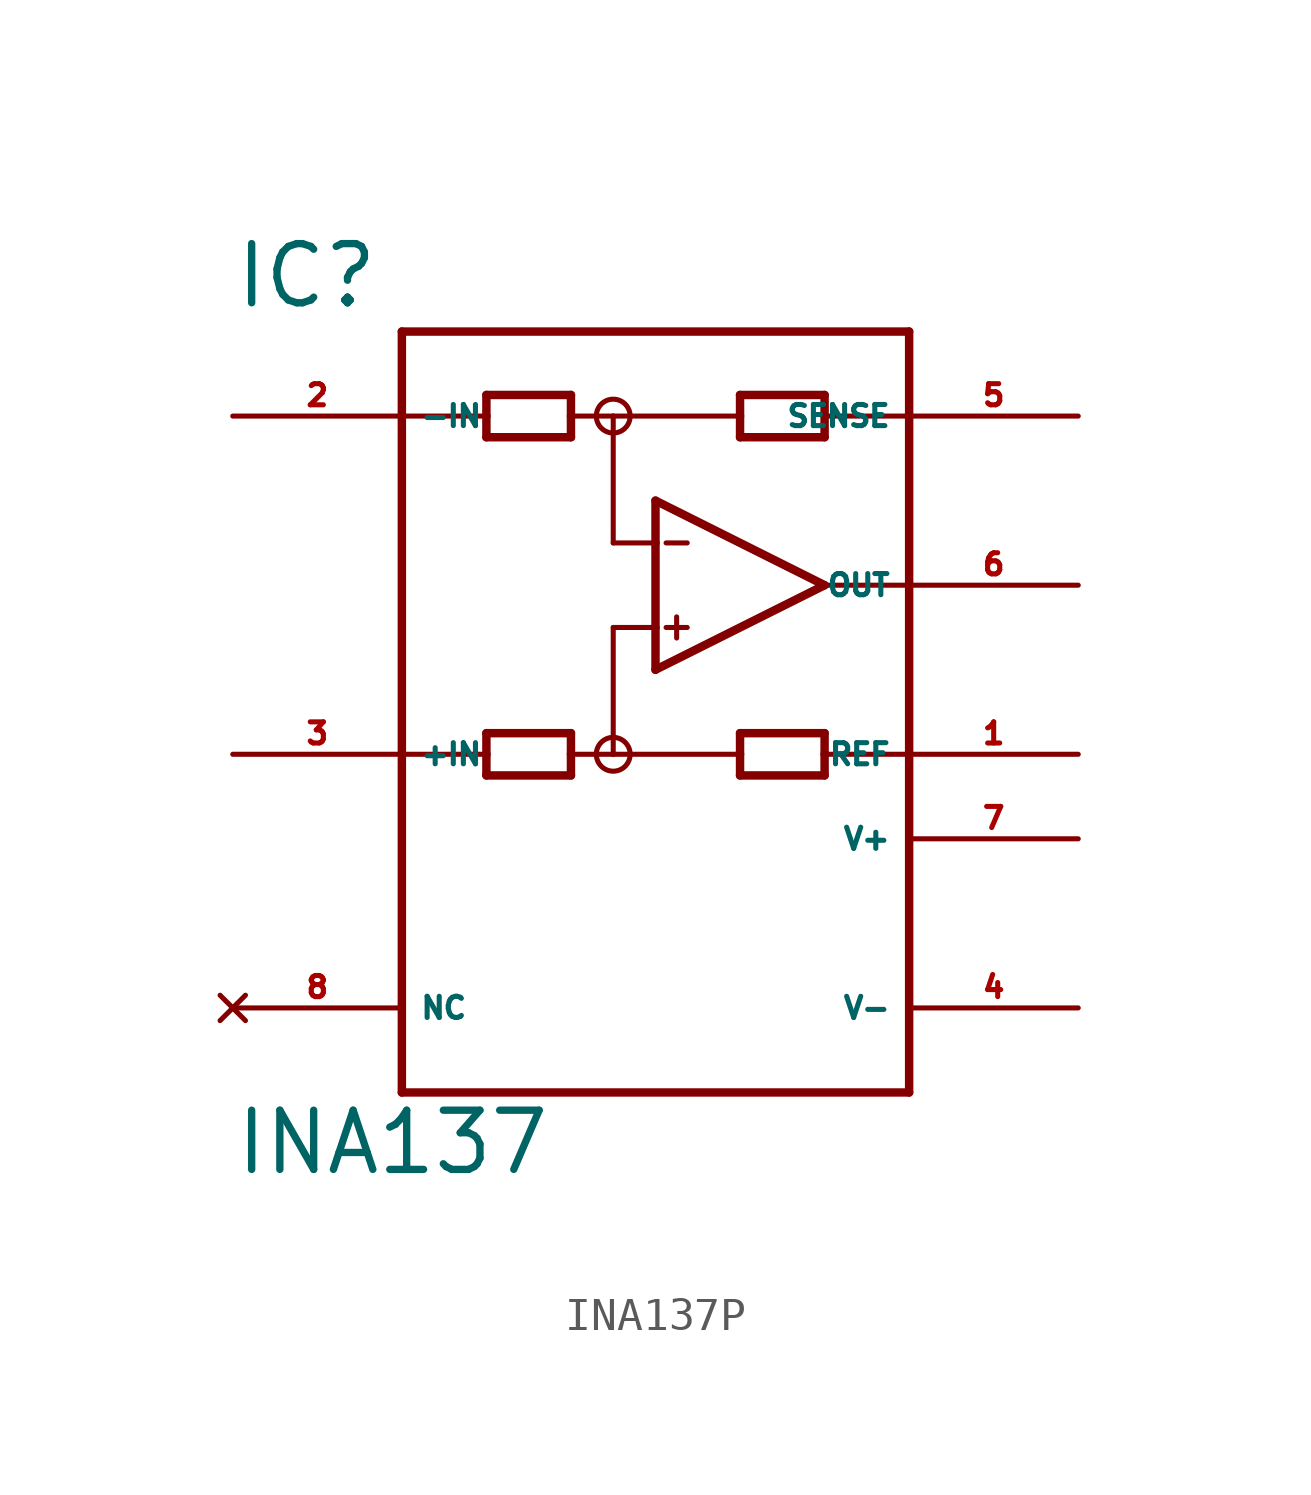
<source format=kicad_sym>
(kicad_symbol_lib
  (version 20220914)
  (generator Eagle2Kicad)
  (symbol "INA137P"
    (property "Reference" "IC"
      (at -12.7 13.335 0)
      (effects (font (size 1.778 1.778) (thickness 0.22)) (justify left bottom)))
    (property "Value" "INA137"
      (at -12.7 -12.7 0)
      (effects (font (size 1.778 1.778) (thickness 0.22)) (justify left bottom)))
    (polyline
      (pts (xy 0 2.54) (xy 0 3.81))
      (stroke (width 0.254) (type default))
      (fill (type none)))
    (polyline
      (pts (xy 0 3.81) (xy 0 6.35))
      (stroke (width 0.254) (type default))
      (fill (type none)))
    (polyline
      (pts (xy 0 6.35) (xy 0 7.62))
      (stroke (width 0.254) (type default))
      (fill (type none)))
    (polyline
      (pts (xy 0 7.62) (xy 5.08 5.08))
      (stroke (width 0.254) (type default))
      (fill (type none)))
    (polyline
      (pts (xy 5.08 5.08) (xy 0 2.54))
      (stroke (width 0.254) (type default))
      (fill (type none)))
    (polyline
      (pts (xy -2.54 9.525) (xy -2.54 10.16))
      (stroke (width 0.254) (type default))
      (fill (type none)))
    (polyline
      (pts (xy -2.54 10.16) (xy -2.54 10.795))
      (stroke (width 0.254) (type default))
      (fill (type none)))
    (polyline
      (pts (xy -2.54 10.795) (xy -5.08 10.795))
      (stroke (width 0.254) (type default))
      (fill (type none)))
    (polyline
      (pts (xy -5.08 10.795) (xy -5.08 10.16))
      (stroke (width 0.254) (type default))
      (fill (type none)))
    (polyline
      (pts (xy -5.08 10.16) (xy -5.08 9.525))
      (stroke (width 0.254) (type default))
      (fill (type none)))
    (polyline
      (pts (xy -5.08 9.525) (xy -2.54 9.525))
      (stroke (width 0.254) (type default))
      (fill (type none)))
    (polyline
      (pts (xy 2.54 9.525) (xy 2.54 10.16))
      (stroke (width 0.254) (type default))
      (fill (type none)))
    (polyline
      (pts (xy 2.54 10.16) (xy 2.54 10.795))
      (stroke (width 0.254) (type default))
      (fill (type none)))
    (polyline
      (pts (xy 2.54 10.795) (xy 5.08 10.795))
      (stroke (width 0.254) (type default))
      (fill (type none)))
    (polyline
      (pts (xy 5.08 10.795) (xy 5.08 10.16))
      (stroke (width 0.254) (type default))
      (fill (type none)))
    (polyline
      (pts (xy 5.08 10.16) (xy 5.08 9.525))
      (stroke (width 0.254) (type default))
      (fill (type none)))
    (polyline
      (pts (xy 5.08 9.525) (xy 2.54 9.525))
      (stroke (width 0.254) (type default))
      (fill (type none)))
    (polyline
      (pts (xy 0 6.35) (xy -1.27 6.35))
      (stroke (width 0.152) (type default))
      (fill (type none)))
    (polyline
      (pts (xy -2.54 0.635) (xy -2.54 0))
      (stroke (width 0.254) (type default))
      (fill (type none)))
    (polyline
      (pts (xy -2.54 0) (xy -2.54 -0.635))
      (stroke (width 0.254) (type default))
      (fill (type none)))
    (polyline
      (pts (xy -2.54 -0.635) (xy -5.08 -0.635))
      (stroke (width 0.254) (type default))
      (fill (type none)))
    (polyline
      (pts (xy -5.08 -0.635) (xy -5.08 0))
      (stroke (width 0.254) (type default))
      (fill (type none)))
    (polyline
      (pts (xy -5.08 0) (xy -5.08 0.635))
      (stroke (width 0.254) (type default))
      (fill (type none)))
    (polyline
      (pts (xy -5.08 0.635) (xy -2.54 0.635))
      (stroke (width 0.254) (type default))
      (fill (type none)))
    (polyline
      (pts (xy 2.54 0.635) (xy 2.54 0))
      (stroke (width 0.254) (type default))
      (fill (type none)))
    (polyline
      (pts (xy 2.54 0) (xy 2.54 -0.635))
      (stroke (width 0.254) (type default))
      (fill (type none)))
    (polyline
      (pts (xy 2.54 -0.635) (xy 5.08 -0.635))
      (stroke (width 0.254) (type default))
      (fill (type none)))
    (polyline
      (pts (xy 5.08 -0.635) (xy 5.08 0))
      (stroke (width 0.254) (type default))
      (fill (type none)))
    (polyline
      (pts (xy 5.08 0) (xy 5.08 0.635))
      (stroke (width 0.254) (type default))
      (fill (type none)))
    (polyline
      (pts (xy 5.08 0.635) (xy 2.54 0.635))
      (stroke (width 0.254) (type default))
      (fill (type none)))
    (polyline
      (pts (xy -1.27 6.35) (xy -1.27 10.16))
      (stroke (width 0.152) (type default))
      (fill (type none)))
    (polyline
      (pts (xy -1.27 10.16) (xy -2.54 10.16))
      (stroke (width 0.152) (type default))
      (fill (type none)))
    (polyline
      (pts (xy -1.27 10.16) (xy 2.54 10.16))
      (stroke (width 0.152) (type default))
      (fill (type none)))
    (polyline
      (pts (xy 0 3.81) (xy -1.27 3.81))
      (stroke (width 0.152) (type default))
      (fill (type none)))
    (polyline
      (pts (xy -1.27 3.81) (xy -1.27 0))
      (stroke (width 0.152) (type default))
      (fill (type none)))
    (polyline
      (pts (xy -1.27 0) (xy -2.54 0))
      (stroke (width 0.152) (type default))
      (fill (type none)))
    (polyline
      (pts (xy -1.27 0) (xy 2.54 0))
      (stroke (width 0.152) (type default))
      (fill (type none)))
    (polyline
      (pts (xy 0.318 6.35) (xy 0.953 6.35))
      (stroke (width 0.152) (type default))
      (fill (type none)))
    (polyline
      (pts (xy 0.318 3.81) (xy 0.953 3.81))
      (stroke (width 0.152) (type default))
      (fill (type none)))
    (polyline
      (pts (xy 0.635 4.128) (xy 0.635 3.493))
      (stroke (width 0.152) (type default))
      (fill (type none)))
    (polyline
      (pts (xy -7.62 10.16) (xy -5.08 10.16))
      (stroke (width 0.152) (type default))
      (fill (type none)))
    (polyline
      (pts (xy 7.62 10.16) (xy 5.08 10.16))
      (stroke (width 0.152) (type default))
      (fill (type none)))
    (polyline
      (pts (xy 5.08 5.08) (xy 7.62 5.08))
      (stroke (width 0.152) (type default))
      (fill (type none)))
    (polyline
      (pts (xy 7.62 0) (xy 5.08 0))
      (stroke (width 0.152) (type default))
      (fill (type none)))
    (polyline
      (pts (xy -7.62 0) (xy -5.08 0))
      (stroke (width 0.152) (type default))
      (fill (type none)))
    (polyline
      (pts (xy -7.62 -10.16) (xy 7.62 -10.16))
      (stroke (width 0.254) (type default))
      (fill (type none)))
    (polyline
      (pts (xy 7.62 -10.16) (xy 7.62 12.7))
      (stroke (width 0.254) (type default))
      (fill (type none)))
    (polyline
      (pts (xy 7.62 12.7) (xy -7.62 12.7))
      (stroke (width 0.254) (type default))
      (fill (type none)))
    (polyline
      (pts (xy -7.62 12.7) (xy -7.62 -10.16))
      (stroke (width 0.254) (type default))
      (fill (type none)))
    (circle
      (center -1.27 0)
      (radius 0.508)
      (stroke (width 0) (type default))
      (fill (type none)))
    (circle
      (center -1.27 10.16)
      (radius 0.508)
      (stroke (width 0) (type default))
      (fill (type none)))
    (pin input line
      (at -12.7 10.16 0)
      (length 5.08)
      (name "-IN" (effects (font (size 0.635 0.635) (thickness 0.08)) (justify left bottom)))
      (number "2" (effects (font (size 0.635 0.635) (thickness 0.08)) (justify left bottom))))
    (pin input line
      (at -12.7 0 0)
      (length 5.08)
      (name "+IN" (effects (font (size 0.635 0.635) (thickness 0.08)) (justify left bottom)))
      (number "3" (effects (font (size 0.635 0.635) (thickness 0.08)) (justify left bottom))))
    (pin output line
      (at 12.7 5.08 180)
      (length 5.08)
      (name "OUT" (effects (font (size 0.635 0.635) (thickness 0.08)) (justify left bottom)))
      (number "6" (effects (font (size 0.635 0.635) (thickness 0.08)) (justify left bottom))))
    (pin unspecified line
      (at 12.7 -2.54 180)
      (length 5.08)
      (name "V+" (effects (font (size 0.635 0.635) (thickness 0.08)) (justify left bottom)))
      (number "7" (effects (font (size 0.635 0.635) (thickness 0.08)) (justify left bottom))))
    (pin unspecified line
      (at 12.7 -7.62 180)
      (length 5.08)
      (name "V-" (effects (font (size 0.635 0.635) (thickness 0.08)) (justify left bottom)))
      (number "4" (effects (font (size 0.635 0.635) (thickness 0.08)) (justify left bottom))))
    (pin passive line
      (at 12.7 10.16 180)
      (length 5.08)
      (name "SENSE" (effects (font (size 0.635 0.635) (thickness 0.08)) (justify left bottom)))
      (number "5" (effects (font (size 0.635 0.635) (thickness 0.08)) (justify left bottom))))
    (pin passive line
      (at 12.7 0 180)
      (length 5.08)
      (name "REF" (effects (font (size 0.635 0.635) (thickness 0.08)) (justify left bottom)))
      (number "1" (effects (font (size 0.635 0.635) (thickness 0.08)) (justify left bottom))))
    (pin no_connect line
      (at -12.7 -7.62 0)
      (length 5.08)
      (name "NC" (effects (font (size 0.635 0.635) (thickness 0.08)) (justify left bottom) hide))
      (number "8" (effects (font (size 0.635 0.635) (thickness 0.08)) (justify left bottom) hide)))))
</source>
